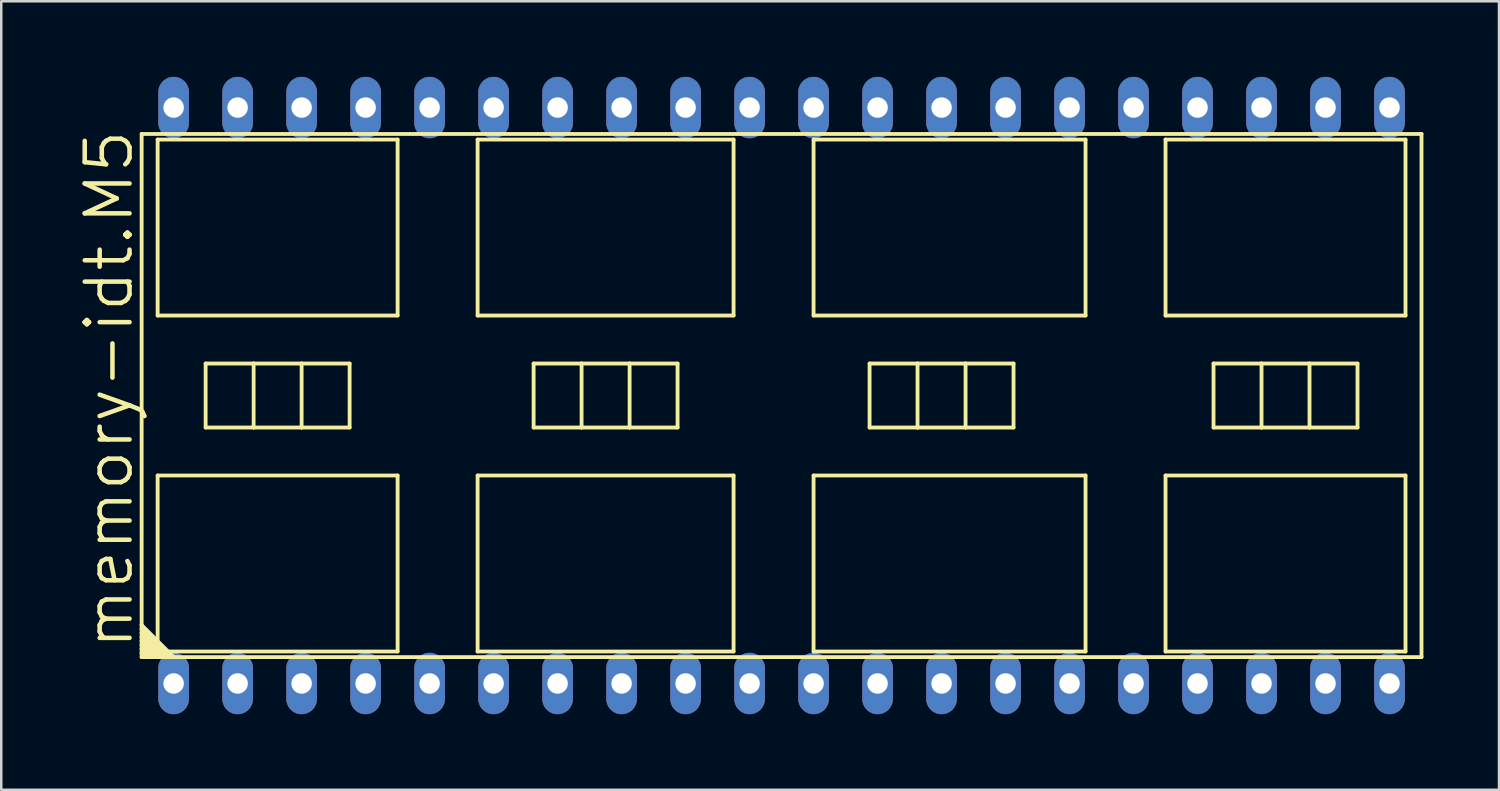
<source format=kicad_pcb>
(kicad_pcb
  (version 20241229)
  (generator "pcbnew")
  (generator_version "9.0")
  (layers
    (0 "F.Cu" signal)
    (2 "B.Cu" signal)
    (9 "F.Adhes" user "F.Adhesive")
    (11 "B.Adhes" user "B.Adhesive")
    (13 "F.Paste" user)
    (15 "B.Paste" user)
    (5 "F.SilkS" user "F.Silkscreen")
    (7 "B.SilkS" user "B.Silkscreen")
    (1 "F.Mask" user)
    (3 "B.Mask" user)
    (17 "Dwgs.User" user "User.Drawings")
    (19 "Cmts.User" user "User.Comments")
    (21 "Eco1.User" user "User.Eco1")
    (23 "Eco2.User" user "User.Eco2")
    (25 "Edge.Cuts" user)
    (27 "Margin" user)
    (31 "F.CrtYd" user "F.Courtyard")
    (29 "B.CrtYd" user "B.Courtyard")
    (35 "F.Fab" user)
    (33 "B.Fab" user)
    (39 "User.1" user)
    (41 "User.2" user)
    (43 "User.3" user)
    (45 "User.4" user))
  (footprint "memory-idt.M5"
    (layer "F.Cu")
    (at 27.972 12.649)
    (property "Reference" "memory-idt.M5" (at -25.654 10.16 90) (layer "F.SilkS") (effects (font (size 1.778 1.778) (thickness 0.18)) (justify left bottom)))
    (attr through_hole)
    (fp_line (start -25.4 -10.382) (end 25.4 -10.382) (stroke (width 0.152) (type default)) (layer "F.SilkS"))
    (fp_line (start -25.4 9.112) (end -25.4 -10.382) (stroke (width 0.152) (type default)) (layer "F.SilkS"))
    (fp_line (start -25.4 9.112) (end -24.13 10.382) (stroke (width 0.152) (type default)) (layer "F.SilkS"))
    (fp_line (start -25.4 9.271) (end -25.4 9.112) (stroke (width 0.152) (type default)) (layer "F.SilkS"))
    (fp_line (start -25.4 9.271) (end -24.289 10.382) (stroke (width 0.152) (type default)) (layer "F.SilkS"))
    (fp_line (start -25.4 9.43) (end -25.4 9.271) (stroke (width 0.152) (type default)) (layer "F.SilkS"))
    (fp_line (start -25.4 9.43) (end -24.448 10.382) (stroke (width 0.152) (type default)) (layer "F.SilkS"))
    (fp_line (start -25.4 9.589) (end -25.4 9.43) (stroke (width 0.152) (type default)) (layer "F.SilkS"))
    (fp_line (start -25.4 9.589) (end -24.606 10.382) (stroke (width 0.152) (type default)) (layer "F.SilkS"))
    (fp_line (start -25.4 9.747) (end -25.4 9.589) (stroke (width 0.152) (type default)) (layer "F.SilkS"))
    (fp_line (start -25.4 9.747) (end -24.765 10.382) (stroke (width 0.152) (type default)) (layer "F.SilkS"))
    (fp_line (start -25.4 9.906) (end -25.4 9.747) (stroke (width 0.152) (type default)) (layer "F.SilkS"))
    (fp_line (start -25.4 9.906) (end -24.924 10.382) (stroke (width 0.152) (type default)) (layer "F.SilkS"))
    (fp_line (start -25.4 10.065) (end -25.4 9.906) (stroke (width 0.152) (type default)) (layer "F.SilkS"))
    (fp_line (start -25.4 10.065) (end -25.083 10.382) (stroke (width 0.152) (type default)) (layer "F.SilkS"))
    (fp_line (start -25.4 10.224) (end -25.4 10.065) (stroke (width 0.152) (type default)) (layer "F.SilkS"))
    (fp_line (start -25.4 10.224) (end -25.241 10.382) (stroke (width 0.152) (type default)) (layer "F.SilkS"))
    (fp_line (start -25.4 10.382) (end -25.4 10.224) (stroke (width 0.152) (type default)) (layer "F.SilkS"))
    (fp_line (start -25.241 10.382) (end -25.4 10.382) (stroke (width 0.152) (type default)) (layer "F.SilkS"))
    (fp_line (start -25.083 10.382) (end -25.241 10.382) (stroke (width 0.152) (type default)) (layer "F.SilkS"))
    (fp_line (start -24.924 10.382) (end -25.083 10.382) (stroke (width 0.152) (type default)) (layer "F.SilkS"))
    (fp_line (start -24.765 -10.16) (end -24.765 -3.175) (stroke (width 0.152) (type default)) (layer "F.SilkS"))
    (fp_line (start -24.765 -3.175) (end -15.24 -3.175) (stroke (width 0.152) (type default)) (layer "F.SilkS"))
    (fp_line (start -24.765 3.175) (end -24.765 10.16) (stroke (width 0.152) (type default)) (layer "F.SilkS"))
    (fp_line (start -24.765 10.16) (end -15.24 10.16) (stroke (width 0.152) (type default)) (layer "F.SilkS"))
    (fp_line (start -24.765 10.382) (end -24.924 10.382) (stroke (width 0.152) (type default)) (layer "F.SilkS"))
    (fp_line (start -24.606 10.382) (end -24.765 10.382) (stroke (width 0.152) (type default)) (layer "F.SilkS"))
    (fp_line (start -24.448 10.382) (end -24.606 10.382) (stroke (width 0.152) (type default)) (layer "F.SilkS"))
    (fp_line (start -24.289 10.382) (end -24.448 10.382) (stroke (width 0.152) (type default)) (layer "F.SilkS"))
    (fp_line (start -24.13 10.382) (end -24.289 10.382) (stroke (width 0.152) (type default)) (layer "F.SilkS"))
    (fp_line (start -22.86 -1.27) (end -22.86 1.27) (stroke (width 0.152) (type default)) (layer "F.SilkS"))
    (fp_line (start -22.86 -1.27) (end -20.955 -1.27) (stroke (width 0.152) (type default)) (layer "F.SilkS"))
    (fp_line (start -22.86 1.27) (end -20.955 1.27) (stroke (width 0.152) (type default)) (layer "F.SilkS"))
    (fp_line (start -20.955 -1.27) (end -20.955 1.27) (stroke (width 0.152) (type default)) (layer "F.SilkS"))
    (fp_line (start -20.955 -1.27) (end -19.05 -1.27) (stroke (width 0.152) (type default)) (layer "F.SilkS"))
    (fp_line (start -20.955 1.27) (end -19.05 1.27) (stroke (width 0.152) (type default)) (layer "F.SilkS"))
    (fp_line (start -19.05 -1.27) (end -19.05 1.27) (stroke (width 0.152) (type default)) (layer "F.SilkS"))
    (fp_line (start -19.05 -1.27) (end -17.145 -1.27) (stroke (width 0.152) (type default)) (layer "F.SilkS"))
    (fp_line (start -19.05 1.27) (end -17.145 1.27) (stroke (width 0.152) (type default)) (layer "F.SilkS"))
    (fp_line (start -17.145 -1.27) (end -17.145 1.27) (stroke (width 0.152) (type default)) (layer "F.SilkS"))
    (fp_line (start -15.24 -10.16) (end -24.765 -10.16) (stroke (width 0.152) (type default)) (layer "F.SilkS"))
    (fp_line (start -15.24 -3.175) (end -15.24 -10.16) (stroke (width 0.152) (type default)) (layer "F.SilkS"))
    (fp_line (start -15.24 3.175) (end -24.765 3.175) (stroke (width 0.152) (type default)) (layer "F.SilkS"))
    (fp_line (start -15.24 10.16) (end -15.24 3.175) (stroke (width 0.152) (type default)) (layer "F.SilkS"))
    (fp_line (start -12.065 -10.16) (end -1.905 -10.16) (stroke (width 0.152) (type default)) (layer "F.SilkS"))
    (fp_line (start -12.065 -3.175) (end -12.065 -10.16) (stroke (width 0.152) (type default)) (layer "F.SilkS"))
    (fp_line (start -12.065 3.175) (end -12.065 10.16) (stroke (width 0.152) (type default)) (layer "F.SilkS"))
    (fp_line (start -12.065 10.16) (end -1.905 10.16) (stroke (width 0.152) (type default)) (layer "F.SilkS"))
    (fp_line (start -9.842 -1.27) (end -9.842 1.27) (stroke (width 0.152) (type default)) (layer "F.SilkS"))
    (fp_line (start -9.842 -1.27) (end -7.938 -1.27) (stroke (width 0.152) (type default)) (layer "F.SilkS"))
    (fp_line (start -9.842 1.27) (end -7.938 1.27) (stroke (width 0.152) (type default)) (layer "F.SilkS"))
    (fp_line (start -7.938 -1.27) (end -7.938 1.27) (stroke (width 0.152) (type default)) (layer "F.SilkS"))
    (fp_line (start -7.938 -1.27) (end -6.032 -1.27) (stroke (width 0.152) (type default)) (layer "F.SilkS"))
    (fp_line (start -7.938 1.27) (end -6.032 1.27) (stroke (width 0.152) (type default)) (layer "F.SilkS"))
    (fp_line (start -6.032 -1.27) (end -6.032 1.27) (stroke (width 0.152) (type default)) (layer "F.SilkS"))
    (fp_line (start -6.032 -1.27) (end -4.128 -1.27) (stroke (width 0.152) (type default)) (layer "F.SilkS"))
    (fp_line (start -6.032 1.27) (end -4.128 1.27) (stroke (width 0.152) (type default)) (layer "F.SilkS"))
    (fp_line (start -4.128 -1.27) (end -4.128 1.27) (stroke (width 0.152) (type default)) (layer "F.SilkS"))
    (fp_line (start -1.905 -10.16) (end -1.905 -3.175) (stroke (width 0.152) (type default)) (layer "F.SilkS"))
    (fp_line (start -1.905 -3.175) (end -12.065 -3.175) (stroke (width 0.152) (type default)) (layer "F.SilkS"))
    (fp_line (start -1.905 3.175) (end -12.065 3.175) (stroke (width 0.152) (type default)) (layer "F.SilkS"))
    (fp_line (start -1.905 10.16) (end -1.905 3.175) (stroke (width 0.152) (type default)) (layer "F.SilkS"))
    (fp_line (start 1.27 -10.16) (end 12.065 -10.16) (stroke (width 0.152) (type default)) (layer "F.SilkS"))
    (fp_line (start 1.27 -3.175) (end 1.27 -10.16) (stroke (width 0.152) (type default)) (layer "F.SilkS"))
    (fp_line (start 1.27 3.175) (end 1.27 10.16) (stroke (width 0.152) (type default)) (layer "F.SilkS"))
    (fp_line (start 1.27 10.16) (end 12.065 10.16) (stroke (width 0.152) (type default)) (layer "F.SilkS"))
    (fp_line (start 3.493 -1.27) (end 3.493 1.27) (stroke (width 0.152) (type default)) (layer "F.SilkS"))
    (fp_line (start 3.493 -1.27) (end 5.397 -1.27) (stroke (width 0.152) (type default)) (layer "F.SilkS"))
    (fp_line (start 3.493 1.27) (end 5.397 1.27) (stroke (width 0.152) (type default)) (layer "F.SilkS"))
    (fp_line (start 5.397 -1.27) (end 5.397 1.27) (stroke (width 0.152) (type default)) (layer "F.SilkS"))
    (fp_line (start 5.397 -1.27) (end 7.303 -1.27) (stroke (width 0.152) (type default)) (layer "F.SilkS"))
    (fp_line (start 5.397 1.27) (end 7.303 1.27) (stroke (width 0.152) (type default)) (layer "F.SilkS"))
    (fp_line (start 7.303 -1.27) (end 7.303 1.27) (stroke (width 0.152) (type default)) (layer "F.SilkS"))
    (fp_line (start 7.303 -1.27) (end 9.207 -1.27) (stroke (width 0.152) (type default)) (layer "F.SilkS"))
    (fp_line (start 7.303 1.27) (end 9.207 1.27) (stroke (width 0.152) (type default)) (layer "F.SilkS"))
    (fp_line (start 9.207 -1.27) (end 9.207 1.27) (stroke (width 0.152) (type default)) (layer "F.SilkS"))
    (fp_line (start 12.065 -10.16) (end 12.065 -3.175) (stroke (width 0.152) (type default)) (layer "F.SilkS"))
    (fp_line (start 12.065 -3.175) (end 1.27 -3.175) (stroke (width 0.152) (type default)) (layer "F.SilkS"))
    (fp_line (start 12.065 3.175) (end 1.27 3.175) (stroke (width 0.152) (type default)) (layer "F.SilkS"))
    (fp_line (start 12.065 10.16) (end 12.065 3.175) (stroke (width 0.152) (type default)) (layer "F.SilkS"))
    (fp_line (start 15.24 -10.16) (end 24.765 -10.16) (stroke (width 0.152) (type default)) (layer "F.SilkS"))
    (fp_line (start 15.24 -3.175) (end 15.24 -10.16) (stroke (width 0.152) (type default)) (layer "F.SilkS"))
    (fp_line (start 15.24 3.175) (end 15.24 10.16) (stroke (width 0.152) (type default)) (layer "F.SilkS"))
    (fp_line (start 15.24 10.16) (end 24.765 10.16) (stroke (width 0.152) (type default)) (layer "F.SilkS"))
    (fp_line (start 17.145 -1.27) (end 17.145 1.27) (stroke (width 0.152) (type default)) (layer "F.SilkS"))
    (fp_line (start 17.145 -1.27) (end 19.05 -1.27) (stroke (width 0.152) (type default)) (layer "F.SilkS"))
    (fp_line (start 17.145 1.27) (end 19.05 1.27) (stroke (width 0.152) (type default)) (layer "F.SilkS"))
    (fp_line (start 19.05 -1.27) (end 19.05 1.27) (stroke (width 0.152) (type default)) (layer "F.SilkS"))
    (fp_line (start 19.05 -1.27) (end 20.955 -1.27) (stroke (width 0.152) (type default)) (layer "F.SilkS"))
    (fp_line (start 19.05 1.27) (end 20.955 1.27) (stroke (width 0.152) (type default)) (layer "F.SilkS"))
    (fp_line (start 20.955 -1.27) (end 20.955 1.27) (stroke (width 0.152) (type default)) (layer "F.SilkS"))
    (fp_line (start 20.955 -1.27) (end 22.86 -1.27) (stroke (width 0.152) (type default)) (layer "F.SilkS"))
    (fp_line (start 20.955 1.27) (end 22.86 1.27) (stroke (width 0.152) (type default)) (layer "F.SilkS"))
    (fp_line (start 22.86 -1.27) (end 22.86 1.27) (stroke (width 0.152) (type default)) (layer "F.SilkS"))
    (fp_line (start 24.765 -10.16) (end 24.765 -3.175) (stroke (width 0.152) (type default)) (layer "F.SilkS"))
    (fp_line (start 24.765 -3.175) (end 15.24 -3.175) (stroke (width 0.152) (type default)) (layer "F.SilkS"))
    (fp_line (start 24.765 3.175) (end 15.24 3.175) (stroke (width 0.152) (type default)) (layer "F.SilkS"))
    (fp_line (start 24.765 10.16) (end 24.765 3.175) (stroke (width 0.152) (type default)) (layer "F.SilkS"))
    (fp_line (start 25.4 -10.382) (end 25.4 10.382) (stroke (width 0.152) (type default)) (layer "F.SilkS"))
    (fp_line (start 25.4 10.382) (end -24.13 10.382) (stroke (width 0.152) (type default)) (layer "F.SilkS"))
    (pad "1" thru_hole oval (at -24.13 11.43 90) (size 2.438 1.219) (drill 0.813) (layers "*.Cu" "*.Mask"))
    (pad "2" thru_hole oval (at -21.59 11.43 90) (size 2.438 1.219) (drill 0.813) (layers "*.Cu" "*.Mask"))
    (pad "3" thru_hole oval (at -19.05 11.43 90) (size 2.438 1.219) (drill 0.813) (layers "*.Cu" "*.Mask"))
    (pad "4" thru_hole oval (at -16.51 11.43 90) (size 2.438 1.219) (drill 0.813) (layers "*.Cu" "*.Mask"))
    (pad "5" thru_hole oval (at -13.97 11.43 90) (size 2.438 1.219) (drill 0.813) (layers "*.Cu" "*.Mask"))
    (pad "6" thru_hole oval (at -11.43 11.43 90) (size 2.438 1.219) (drill 0.813) (layers "*.Cu" "*.Mask"))
    (pad "7" thru_hole oval (at -8.89 11.43 90) (size 2.438 1.219) (drill 0.813) (layers "*.Cu" "*.Mask"))
    (pad "8" thru_hole oval (at -6.35 11.43 90) (size 2.438 1.219) (drill 0.813) (layers "*.Cu" "*.Mask"))
    (pad "9" thru_hole oval (at -3.81 11.43 90) (size 2.438 1.219) (drill 0.813) (layers "*.Cu" "*.Mask"))
    (pad "10" thru_hole oval (at -1.27 11.43 90) (size 2.438 1.219) (drill 0.813) (layers "*.Cu" "*.Mask"))
    (pad "11" thru_hole oval (at 1.27 11.43 90) (size 2.438 1.219) (drill 0.813) (layers "*.Cu" "*.Mask"))
    (pad "12" thru_hole oval (at 3.81 11.43 90) (size 2.438 1.219) (drill 0.813) (layers "*.Cu" "*.Mask"))
    (pad "13" thru_hole oval (at 6.35 11.43 90) (size 2.438 1.219) (drill 0.813) (layers "*.Cu" "*.Mask"))
    (pad "14" thru_hole oval (at 8.89 11.43 90) (size 2.438 1.219) (drill 0.813) (layers "*.Cu" "*.Mask"))
    (pad "15" thru_hole oval (at 11.43 11.43 90) (size 2.438 1.219) (drill 0.813) (layers "*.Cu" "*.Mask"))
    (pad "16" thru_hole oval (at 13.97 11.43 90) (size 2.438 1.219) (drill 0.813) (layers "*.Cu" "*.Mask"))
    (pad "17" thru_hole oval (at 16.51 11.43 90) (size 2.438 1.219) (drill 0.813) (layers "*.Cu" "*.Mask"))
    (pad "18" thru_hole oval (at 19.05 11.43 90) (size 2.438 1.219) (drill 0.813) (layers "*.Cu" "*.Mask"))
    (pad "19" thru_hole oval (at 21.59 11.43 90) (size 2.438 1.219) (drill 0.813) (layers "*.Cu" "*.Mask"))
    (pad "20" thru_hole oval (at 24.13 11.43 90) (size 2.438 1.219) (drill 0.813) (layers "*.Cu" "*.Mask"))
    (pad "21" thru_hole oval (at 24.13 -11.43 90) (size 2.438 1.219) (drill 0.813) (layers "*.Cu" "*.Mask"))
    (pad "22" thru_hole oval (at 21.59 -11.43 90) (size 2.438 1.219) (drill 0.813) (layers "*.Cu" "*.Mask"))
    (pad "23" thru_hole oval (at 19.05 -11.43 90) (size 2.438 1.219) (drill 0.813) (layers "*.Cu" "*.Mask"))
    (pad "24" thru_hole oval (at 16.51 -11.43 90) (size 2.438 1.219) (drill 0.813) (layers "*.Cu" "*.Mask"))
    (pad "25" thru_hole oval (at 13.97 -11.43 90) (size 2.438 1.219) (drill 0.813) (layers "*.Cu" "*.Mask"))
    (pad "26" thru_hole oval (at 11.43 -11.43 90) (size 2.438 1.219) (drill 0.813) (layers "*.Cu" "*.Mask"))
    (pad "27" thru_hole oval (at 8.89 -11.43 90) (size 2.438 1.219) (drill 0.813) (layers "*.Cu" "*.Mask"))
    (pad "28" thru_hole oval (at 6.35 -11.43 90) (size 2.438 1.219) (drill 0.813) (layers "*.Cu" "*.Mask"))
    (pad "29" thru_hole oval (at 3.81 -11.43 90) (size 2.438 1.219) (drill 0.813) (layers "*.Cu" "*.Mask"))
    (pad "30" thru_hole oval (at 1.27 -11.43 90) (size 2.438 1.219) (drill 0.813) (layers "*.Cu" "*.Mask"))
    (pad "31" thru_hole oval (at -1.27 -11.43 90) (size 2.438 1.219) (drill 0.813) (layers "*.Cu" "*.Mask"))
    (pad "32" thru_hole oval (at -3.81 -11.43 90) (size 2.438 1.219) (drill 0.813) (layers "*.Cu" "*.Mask"))
    (pad "33" thru_hole oval (at -6.35 -11.43 90) (size 2.438 1.219) (drill 0.813) (layers "*.Cu" "*.Mask"))
    (pad "34" thru_hole oval (at -8.89 -11.43 90) (size 2.438 1.219) (drill 0.813) (layers "*.Cu" "*.Mask"))
    (pad "35" thru_hole oval (at -11.43 -11.43 90) (size 2.438 1.219) (drill 0.813) (layers "*.Cu" "*.Mask"))
    (pad "36" thru_hole oval (at -13.97 -11.43 90) (size 2.438 1.219) (drill 0.813) (layers "*.Cu" "*.Mask"))
    (pad "37" thru_hole oval (at -16.51 -11.43 90) (size 2.438 1.219) (drill 0.813) (layers "*.Cu" "*.Mask"))
    (pad "38" thru_hole oval (at -19.05 -11.43 90) (size 2.438 1.219) (drill 0.813) (layers "*.Cu" "*.Mask"))
    (pad "39" thru_hole oval (at -21.59 -11.43 90) (size 2.438 1.219) (drill 0.813) (layers "*.Cu" "*.Mask"))
    (pad "40" thru_hole oval (at -24.13 -11.43 90) (size 2.438 1.219) (drill 0.813) (layers "*.Cu" "*.Mask")))
  (gr_rect
    (start -3 -3)
    (end 56.448 28.298)
    (stroke (width 0.1) (type default))
    (fill no)
    (layer "Edge.Cuts")))
</source>
